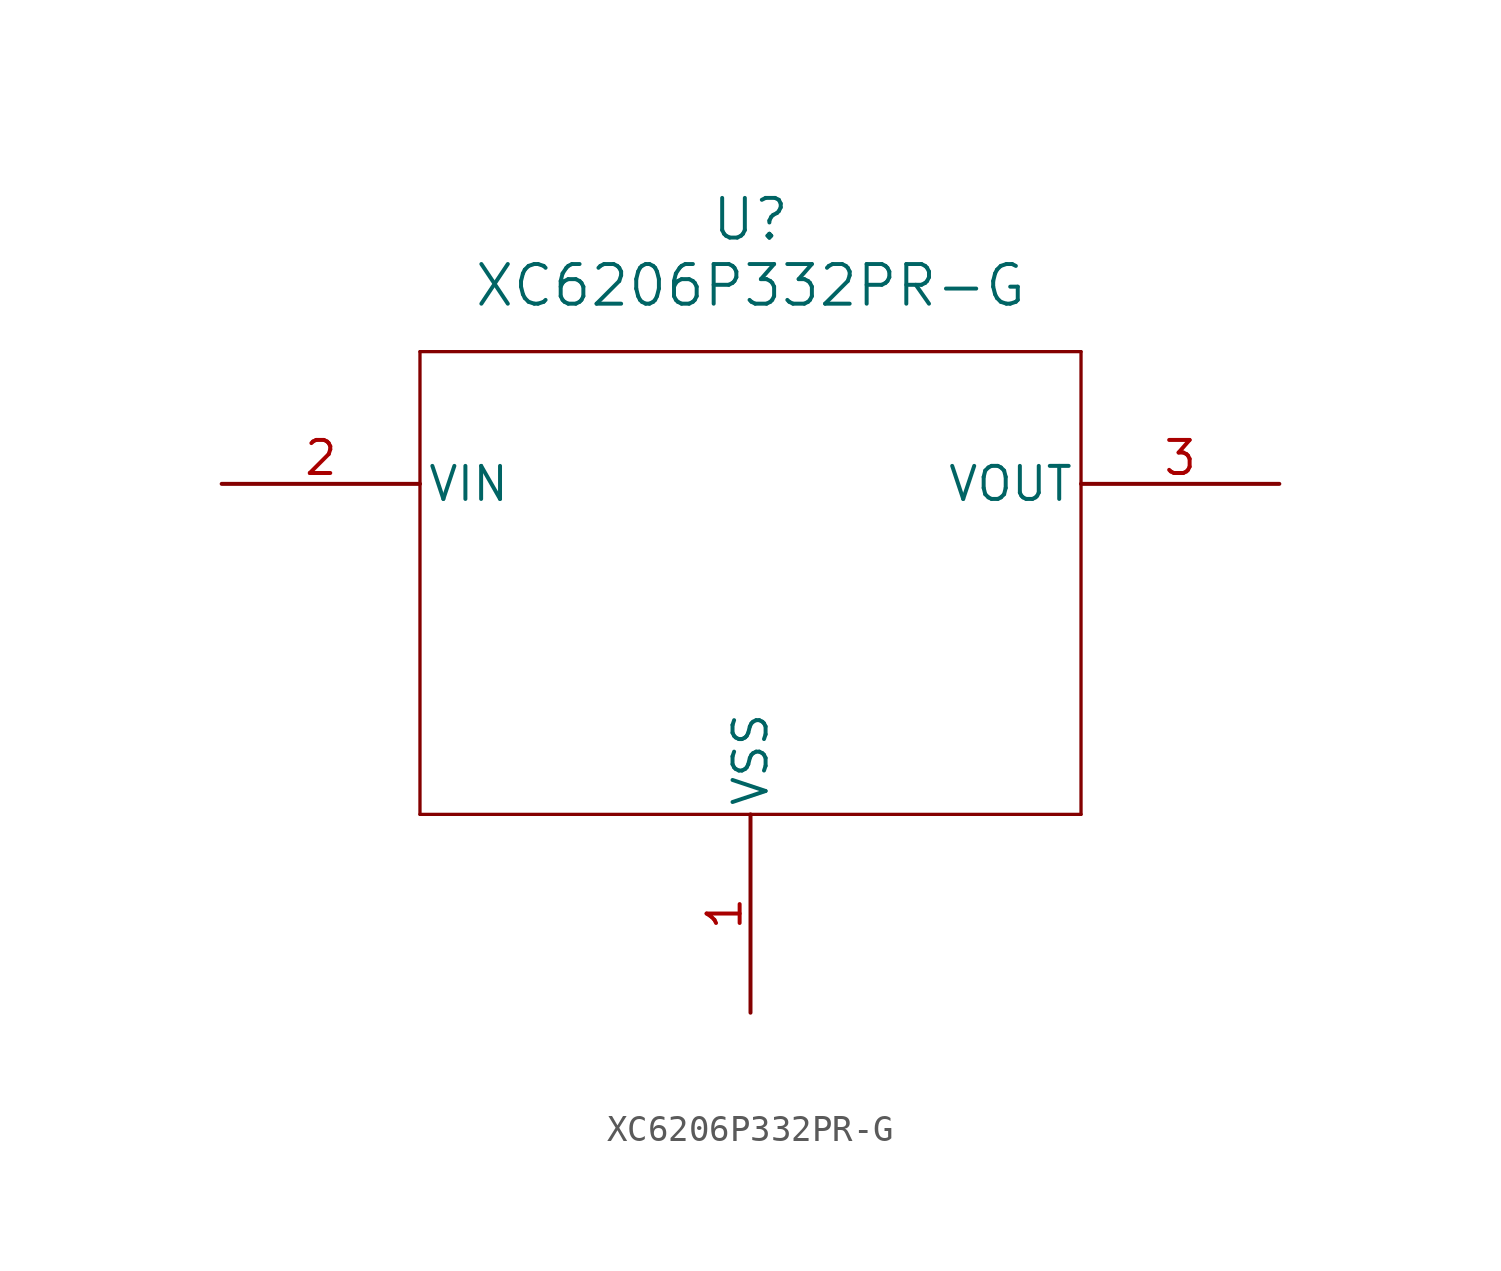
<source format=kicad_sym>
(kicad_symbol_lib
  (version 20211014)
  (generator kicad_symbol_editor)
  (symbol "XC6206P332PR-G"
    (pin_names
      (offset 0.254))
    (property "Reference" "U"
      (at 20.32 10.16 0)
      (effects (font (size 1.524 1.524))))
    (property "Value" "XC6206P332PR-G"
      (at 20.32 7.62 0)
      (effects (font (size 1.524 1.524))))
    (symbol "XC6206P332PR-G_0_1"
      (polyline (pts (xy 7.62 5.08) (xy 7.62 -12.7)) (stroke (width 0.127) (type default) (color 0 0 0 0)) (fill (type none)))
      (polyline (pts (xy 7.62 -12.7) (xy 33.02 -12.7)) (stroke (width 0.127) (type default) (color 0 0 0 0)) (fill (type none)))
      (polyline (pts (xy 33.02 -12.7) (xy 33.02 5.08)) (stroke (width 0.127) (type default) (color 0 0 0 0)) (fill (type none)))
      (polyline (pts (xy 33.02 5.08) (xy 7.62 5.08)) (stroke (width 0.127) (type default) (color 0 0 0 0)) (fill (type none)))
      (pin power_out line (at 20.32 -20.32 90) (length 7.62) (name "VSS" (effects (font (size 1.27 1.27)))) (number "1" (effects (font (size 1.27 1.27)))))
      (pin power_in line (at 0 0 0) (length 7.62) (name "VIN" (effects (font (size 1.27 1.27)))) (number "2" (effects (font (size 1.27 1.27)))))
      (pin output line (at 40.64 0 180) (length 7.62) (name "VOUT" (effects (font (size 1.27 1.27)))) (number "3" (effects (font (size 1.27 1.27))))))))
</source>
